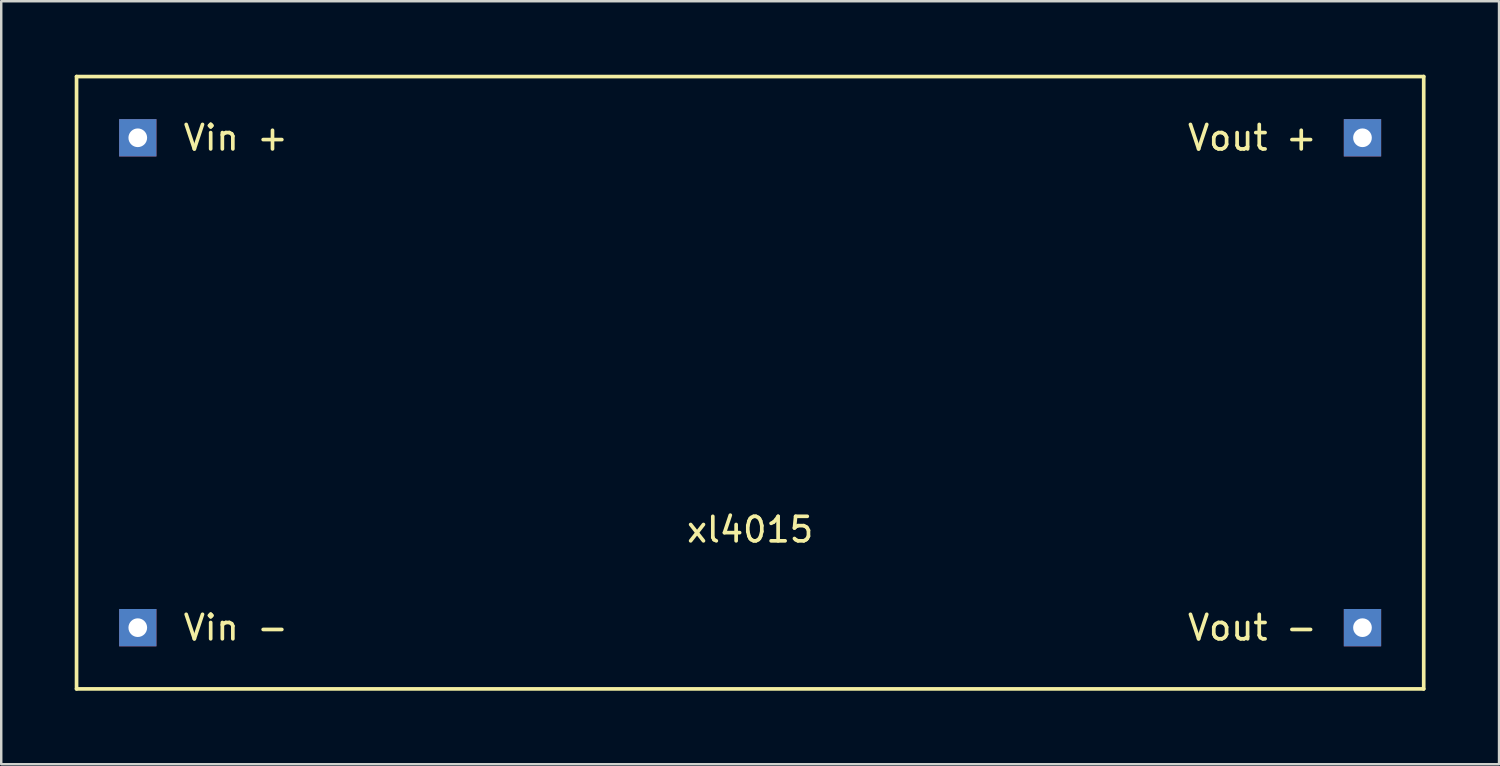
<source format=kicad_pcb>
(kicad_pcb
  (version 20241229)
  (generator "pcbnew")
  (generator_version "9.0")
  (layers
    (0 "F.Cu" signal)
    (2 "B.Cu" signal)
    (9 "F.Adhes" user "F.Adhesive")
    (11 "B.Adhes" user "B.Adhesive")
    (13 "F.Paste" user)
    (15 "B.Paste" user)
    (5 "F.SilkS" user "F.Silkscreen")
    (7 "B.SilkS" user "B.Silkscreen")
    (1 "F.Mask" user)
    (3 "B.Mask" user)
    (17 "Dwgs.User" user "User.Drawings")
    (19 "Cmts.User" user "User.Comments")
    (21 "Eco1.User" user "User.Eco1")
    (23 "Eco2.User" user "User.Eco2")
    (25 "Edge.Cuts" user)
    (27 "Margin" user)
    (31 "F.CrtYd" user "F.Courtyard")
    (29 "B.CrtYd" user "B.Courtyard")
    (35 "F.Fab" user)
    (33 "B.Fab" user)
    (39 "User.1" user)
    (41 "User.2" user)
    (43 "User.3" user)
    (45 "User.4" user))
  (footprint "xl4015"
    (layer "F.Cu")
    (at 27.575 12.575)
    (property "Reference" "xl4015" (at 0 6 0) (layer "F.SilkS") (effects (font (size 1 1) (thickness 0.15))))
    (attr through_hole)
    (fp_line (start -27.5 -12.5) (end 27.5 -12.5) (stroke (width 0.15) (type solid)) (layer "F.SilkS"))
    (fp_line (start -27.5 12.5) (end -27.5 -12.5) (stroke (width 0.15) (type solid)) (layer "F.SilkS"))
    (fp_line (start 27.5 -12.5) (end 27.5 12.5) (stroke (width 0.15) (type solid)) (layer "F.SilkS"))
    (fp_line (start 27.5 12.5) (end -27.5 12.5) (stroke (width 0.15) (type solid)) (layer "F.SilkS"))
    (fp_text user "Vout -" (at 20.5 10 0) (layer "F.SilkS") (effects (font (size 1 1) (thickness 0.15))))
    (fp_text user "Vin -" (at -21 10 0) (layer "F.SilkS") (effects (font (size 1 1) (thickness 0.15))))
    (fp_text user "Vout +" (at 20.5 -10 0) (layer "F.SilkS") (effects (font (size 1 1) (thickness 0.15))))
    (fp_text user "Vin +" (at -21 -10 0) (layer "F.SilkS") (effects (font (size 1 1) (thickness 0.15))))
    (pad "1" thru_hole rect (at -25 -10) (size 1.524 1.524) (drill 0.762) (layers "*.Cu" "*.Mask"))
    (pad "2" thru_hole rect (at -25 10) (size 1.524 1.524) (drill 0.762) (layers "*.Cu" "*.Mask"))
    (pad "3" thru_hole rect (at 25 -10) (size 1.524 1.524) (drill 0.762) (layers "*.Cu" "*.Mask"))
    (pad "4" thru_hole rect (at 25 10) (size 1.524 1.524) (drill 0.762) (layers "*.Cu" "*.Mask")))
  (gr_rect
    (start -3 -3)
    (end 58.15 28.15)
    (stroke (width 0.1) (type default))
    (fill no)
    (layer "Edge.Cuts")))
</source>
